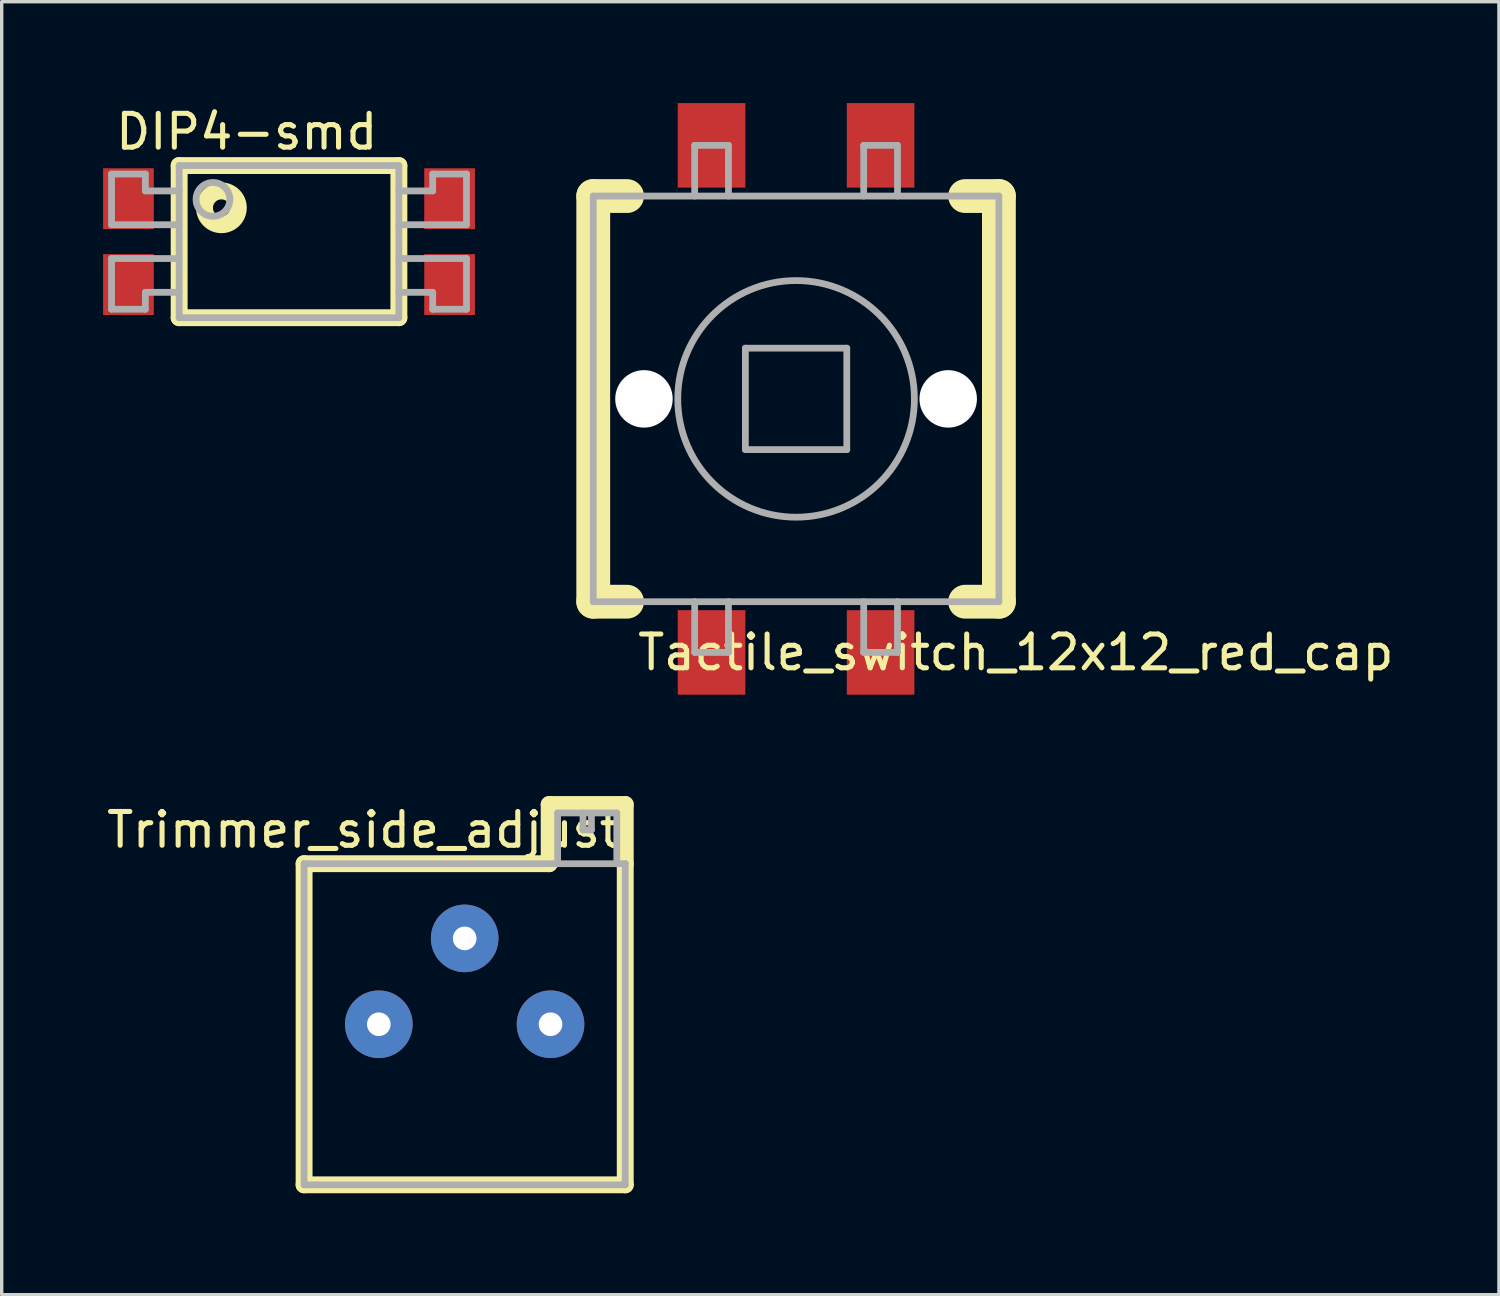
<source format=kicad_pcb>
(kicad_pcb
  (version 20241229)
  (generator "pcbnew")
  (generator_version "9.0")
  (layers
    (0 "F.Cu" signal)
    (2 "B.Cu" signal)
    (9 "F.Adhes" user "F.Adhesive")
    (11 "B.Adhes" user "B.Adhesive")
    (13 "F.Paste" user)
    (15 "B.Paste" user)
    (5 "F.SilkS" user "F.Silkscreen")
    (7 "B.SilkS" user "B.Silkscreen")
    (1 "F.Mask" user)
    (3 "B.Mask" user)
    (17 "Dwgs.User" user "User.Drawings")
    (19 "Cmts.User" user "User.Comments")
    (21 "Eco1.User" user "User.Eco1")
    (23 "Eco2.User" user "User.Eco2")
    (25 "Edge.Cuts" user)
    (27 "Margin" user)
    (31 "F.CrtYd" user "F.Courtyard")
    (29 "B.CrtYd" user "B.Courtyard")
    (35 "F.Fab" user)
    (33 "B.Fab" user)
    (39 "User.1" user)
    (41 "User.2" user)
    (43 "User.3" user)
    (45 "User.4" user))
  (footprint "Trimmer_side_adjust"
    (layer "F.Cu")
    (at 10.696 27.25)
    (property "Reference" "Trimmer_side_adjust" (at -3 -5.75 0) (layer "F.SilkS") (effects (font (size 1 1) (thickness 0.15))))
    (attr through_hole)
    (fp_line (start -4.75 4.75) (end -4.75 -4.75) (stroke (width 0.5) (type solid)) (layer "F.SilkS"))
    (fp_line (start 2.5 -6.5) (end 2.5 -4.75) (stroke (width 0.5) (type solid)) (layer "F.SilkS"))
    (fp_line (start 2.5 -6.5) (end 4.75 -6.5) (stroke (width 0.5) (type solid)) (layer "F.SilkS"))
    (fp_line (start 2.5 -4.75) (end -4.75 -4.75) (stroke (width 0.5) (type solid)) (layer "F.SilkS"))
    (fp_line (start 4.75 -4.75) (end 4.75 -6.5) (stroke (width 0.5) (type solid)) (layer "F.SilkS"))
    (fp_line (start 4.75 -4.75) (end 4.75 4.75) (stroke (width 0.5) (type solid)) (layer "F.SilkS"))
    (fp_line (start 4.75 4.75) (end -4.75 4.75) (stroke (width 0.5) (type solid)) (layer "F.SilkS"))
    (fp_line (start -4.75 -4.75) (end -4.75 4.75) (stroke (width 0.2) (type solid)) (layer "F.Fab"))
    (fp_line (start -4.75 4.75) (end 4.75 4.75) (stroke (width 0.2) (type solid)) (layer "F.Fab"))
    (fp_line (start 2.75 -6.25) (end 4.5 -6.25) (stroke (width 0.2) (type solid)) (layer "F.Fab"))
    (fp_line (start 2.75 -4.75) (end 2.75 -6.25) (stroke (width 0.2) (type solid)) (layer "F.Fab"))
    (fp_line (start 3.5 -6.25) (end 3.5 -5.75) (stroke (width 0.2) (type solid)) (layer "F.Fab"))
    (fp_line (start 3.5 -5.75) (end 3.75 -5.75) (stroke (width 0.2) (type solid)) (layer "F.Fab"))
    (fp_line (start 3.75 -5.75) (end 3.75 -6.25) (stroke (width 0.2) (type solid)) (layer "F.Fab"))
    (fp_line (start 4.5 -6.25) (end 4.5 -4.75) (stroke (width 0.2) (type solid)) (layer "F.Fab"))
    (fp_line (start 4.75 -4.75) (end -4.75 -4.75) (stroke (width 0.2) (type solid)) (layer "F.Fab"))
    (fp_line (start 4.75 4.75) (end 4.75 -4.75) (stroke (width 0.2) (type solid)) (layer "F.Fab"))
    (pad "1" thru_hole circle (at -2.54 0) (size 2 2) (drill 0.7) (layers "*.Cu" "*.Mask"))
    (pad "2" thru_hole circle (at 0 -2.54) (size 2 2) (drill 0.7) (layers "*.Cu" "*.Mask"))
    (pad "3" thru_hole circle (at 2.54 0) (size 2 2) (drill 0.7) (layers "*.Cu" "*.Mask")))
  (footprint "DIP4-smd"
    (layer "F.Cu")
    (at 5.5 4.098)
    (property "Reference" "DIP4-smd" (at -1.25 -3.25 0) (layer "F.SilkS") (effects (font (size 1 1) (thickness 0.15))))
    (attr through_hole)
    (fp_line (start -3.25 -2.25) (end -3.25 2.25) (stroke (width 0.5) (type solid)) (layer "F.SilkS"))
    (fp_line (start -3.25 2.25) (end 3.25 2.25) (stroke (width 0.5) (type solid)) (layer "F.SilkS"))
    (fp_line (start 3.25 -2.25) (end -3.25 -2.25) (stroke (width 0.5) (type solid)) (layer "F.SilkS"))
    (fp_line (start 3.25 2.25) (end 3.25 -2.25) (stroke (width 0.5) (type solid)) (layer "F.SilkS"))
    (fp_circle (center -2 -1) (end -2 -1.5) (stroke (width 0.5) (type solid)) (fill no) (layer "F.SilkS"))
    (fp_line (start -5.25 -2) (end -5.25 -0.5) (stroke (width 0.2) (type solid)) (layer "F.Fab"))
    (fp_line (start -5.25 -0.5) (end -3.25 -0.5) (stroke (width 0.2) (type solid)) (layer "F.Fab"))
    (fp_line (start -5.25 0.5) (end -5.25 2) (stroke (width 0.2) (type solid)) (layer "F.Fab"))
    (fp_line (start -5.25 2) (end -4.25 2) (stroke (width 0.2) (type solid)) (layer "F.Fab"))
    (fp_line (start -4.25 -2) (end -5.25 -2) (stroke (width 0.2) (type solid)) (layer "F.Fab"))
    (fp_line (start -4.25 -1.5) (end -4.25 -2) (stroke (width 0.2) (type solid)) (layer "F.Fab"))
    (fp_line (start -4.25 1.5) (end -3.25 1.5) (stroke (width 0.2) (type solid)) (layer "F.Fab"))
    (fp_line (start -4.25 2) (end -4.25 1.5) (stroke (width 0.2) (type solid)) (layer "F.Fab"))
    (fp_line (start -3.25 -2.25) (end 3.25 -2.25) (stroke (width 0.2) (type solid)) (layer "F.Fab"))
    (fp_line (start -3.25 -1.5) (end -4.25 -1.5) (stroke (width 0.2) (type solid)) (layer "F.Fab"))
    (fp_line (start -3.25 0.5) (end -5.25 0.5) (stroke (width 0.2) (type solid)) (layer "F.Fab"))
    (fp_line (start -3.25 2.25) (end -3.25 -2.25) (stroke (width 0.2) (type solid)) (layer "F.Fab"))
    (fp_line (start 3.25 -2.25) (end 3.25 2.25) (stroke (width 0.2) (type solid)) (layer "F.Fab"))
    (fp_line (start 3.25 -1.5) (end 4.25 -1.5) (stroke (width 0.2) (type solid)) (layer "F.Fab"))
    (fp_line (start 3.25 0.5) (end 5.25 0.5) (stroke (width 0.2) (type solid)) (layer "F.Fab"))
    (fp_line (start 3.25 2.25) (end -3.25 2.25) (stroke (width 0.2) (type solid)) (layer "F.Fab"))
    (fp_line (start 4.25 -2) (end 5.25 -2) (stroke (width 0.2) (type solid)) (layer "F.Fab"))
    (fp_line (start 4.25 -1.5) (end 4.25 -2) (stroke (width 0.2) (type solid)) (layer "F.Fab"))
    (fp_line (start 4.25 1.5) (end 3.25 1.5) (stroke (width 0.2) (type solid)) (layer "F.Fab"))
    (fp_line (start 4.25 2) (end 4.25 1.5) (stroke (width 0.2) (type solid)) (layer "F.Fab"))
    (fp_line (start 5.25 -2) (end 5.25 -0.5) (stroke (width 0.2) (type solid)) (layer "F.Fab"))
    (fp_line (start 5.25 -0.5) (end 3.25 -0.5) (stroke (width 0.2) (type solid)) (layer "F.Fab"))
    (fp_line (start 5.25 0.5) (end 5.25 2) (stroke (width 0.2) (type solid)) (layer "F.Fab"))
    (fp_line (start 5.25 2) (end 4.25 2) (stroke (width 0.2) (type solid)) (layer "F.Fab"))
    (fp_circle (center -2.25 -1.25) (end -2.25 -1.75) (stroke (width 0.2) (type solid)) (fill no) (layer "F.Fab"))
    (pad "1" smd rect (at -4.75 -1.27) (size 1.5 1.8) (layers "F.Cu" "F.Mask" "F.Paste"))
    (pad "2" smd rect (at -4.75 1.27) (size 1.5 1.8) (layers "F.Cu" "F.Mask" "F.Paste"))
    (pad "3" smd rect (at 4.75 1.27) (size 1.5 1.8) (layers "F.Cu" "F.Mask" "F.Paste"))
    (pad "4" smd rect (at 4.75 -1.27) (size 1.5 1.8) (layers "F.Cu" "F.Mask" "F.Paste")))
  (footprint "Tactile_switch_12x12_red_cap"
    (layer "F.Cu")
    (at 20.5 8.75)
    (property "Reference" "Tactile_switch_12x12_red_cap" (at 6.5 7.5 0) (layer "F.SilkS") (effects (font (size 1 1) (thickness 0.15))))
    (attr through_hole)
    (fp_line (start -6 -6) (end -6 6) (stroke (width 1) (type solid)) (layer "F.SilkS"))
    (fp_line (start -6 -6) (end -5 -6) (stroke (width 1) (type solid)) (layer "F.SilkS"))
    (fp_line (start -6 6) (end -5 6) (stroke (width 1) (type solid)) (layer "F.SilkS"))
    (fp_line (start 5 -6) (end 6 -6) (stroke (width 1) (type solid)) (layer "F.SilkS"))
    (fp_line (start 6 -6) (end 6 6) (stroke (width 1) (type solid)) (layer "F.SilkS"))
    (fp_line (start 6 6) (end 5 6) (stroke (width 1) (type solid)) (layer "F.SilkS"))
    (fp_line (start -6 -6) (end 6 -6) (stroke (width 0.2) (type solid)) (layer "F.Fab"))
    (fp_line (start -6 6) (end -6 -6) (stroke (width 0.2) (type solid)) (layer "F.Fab"))
    (fp_line (start -3 -7.5) (end -2 -7.5) (stroke (width 0.2) (type solid)) (layer "F.Fab"))
    (fp_line (start -3 -6) (end -3 -7.5) (stroke (width 0.2) (type solid)) (layer "F.Fab"))
    (fp_line (start -3 7.5) (end -3 6) (stroke (width 0.2) (type solid)) (layer "F.Fab"))
    (fp_line (start -2 -7.5) (end -2 -6) (stroke (width 0.2) (type solid)) (layer "F.Fab"))
    (fp_line (start -2 6) (end -2 7.5) (stroke (width 0.2) (type solid)) (layer "F.Fab"))
    (fp_line (start -2 7.5) (end -3 7.5) (stroke (width 0.2) (type solid)) (layer "F.Fab"))
    (fp_line (start -1.5 -1.5) (end 1.5 -1.5) (stroke (width 0.2) (type solid)) (layer "F.Fab"))
    (fp_line (start -1.5 1.5) (end -1.5 -1.5) (stroke (width 0.2) (type solid)) (layer "F.Fab"))
    (fp_line (start 1.5 -1.5) (end 1.5 1.5) (stroke (width 0.2) (type solid)) (layer "F.Fab"))
    (fp_line (start 1.5 1.5) (end -1.5 1.5) (stroke (width 0.2) (type solid)) (layer "F.Fab"))
    (fp_line (start 2 -7.5) (end 3 -7.5) (stroke (width 0.2) (type solid)) (layer "F.Fab"))
    (fp_line (start 2 -6) (end 2 -7.5) (stroke (width 0.2) (type solid)) (layer "F.Fab"))
    (fp_line (start 2 7.5) (end 2 6) (stroke (width 0.2) (type solid)) (layer "F.Fab"))
    (fp_line (start 3 -7.5) (end 3 -6) (stroke (width 0.2) (type solid)) (layer "F.Fab"))
    (fp_line (start 3 6) (end 3 7.5) (stroke (width 0.2) (type solid)) (layer "F.Fab"))
    (fp_line (start 3 7.5) (end 2 7.5) (stroke (width 0.2) (type solid)) (layer "F.Fab"))
    (fp_line (start 6 -6) (end 6 6) (stroke (width 0.2) (type solid)) (layer "F.Fab"))
    (fp_line (start 6 6) (end -6 6) (stroke (width 0.2) (type solid)) (layer "F.Fab"))
    (fp_circle (center 0 0) (end 0 -3.5) (stroke (width 0.2) (type solid)) (fill no) (layer "F.Fab"))
    (pad "" np_thru_hole circle (at -4.5 0) (size 1.7 1.7) (drill 1.7) (layers "*.Cu" "*.Mask"))
    (pad "" np_thru_hole circle (at 4.5 0) (size 1.7 1.7) (drill 1.7) (layers "*.Cu" "*.Mask"))
    (pad "1" smd rect (at -2.5 7.5) (size 2 2.5) (layers "F.Cu" "F.Mask" "F.Paste"))
    (pad "2" smd rect (at 2.5 7.5) (size 2 2.5) (layers "F.Cu" "F.Mask" "F.Paste"))
    (pad "3" smd rect (at 2.5 -7.5) (size 2 2.5) (layers "F.Cu" "F.Mask" "F.Paste"))
    (pad "4" smd rect (at -2.5 -7.5) (size 2 2.5) (layers "F.Cu" "F.Mask" "F.Paste")))
  (gr_rect
    (start -3 -3)
    (end 41.292 35.25)
    (stroke (width 0.1) (type default))
    (fill no)
    (layer "Edge.Cuts")))
</source>
